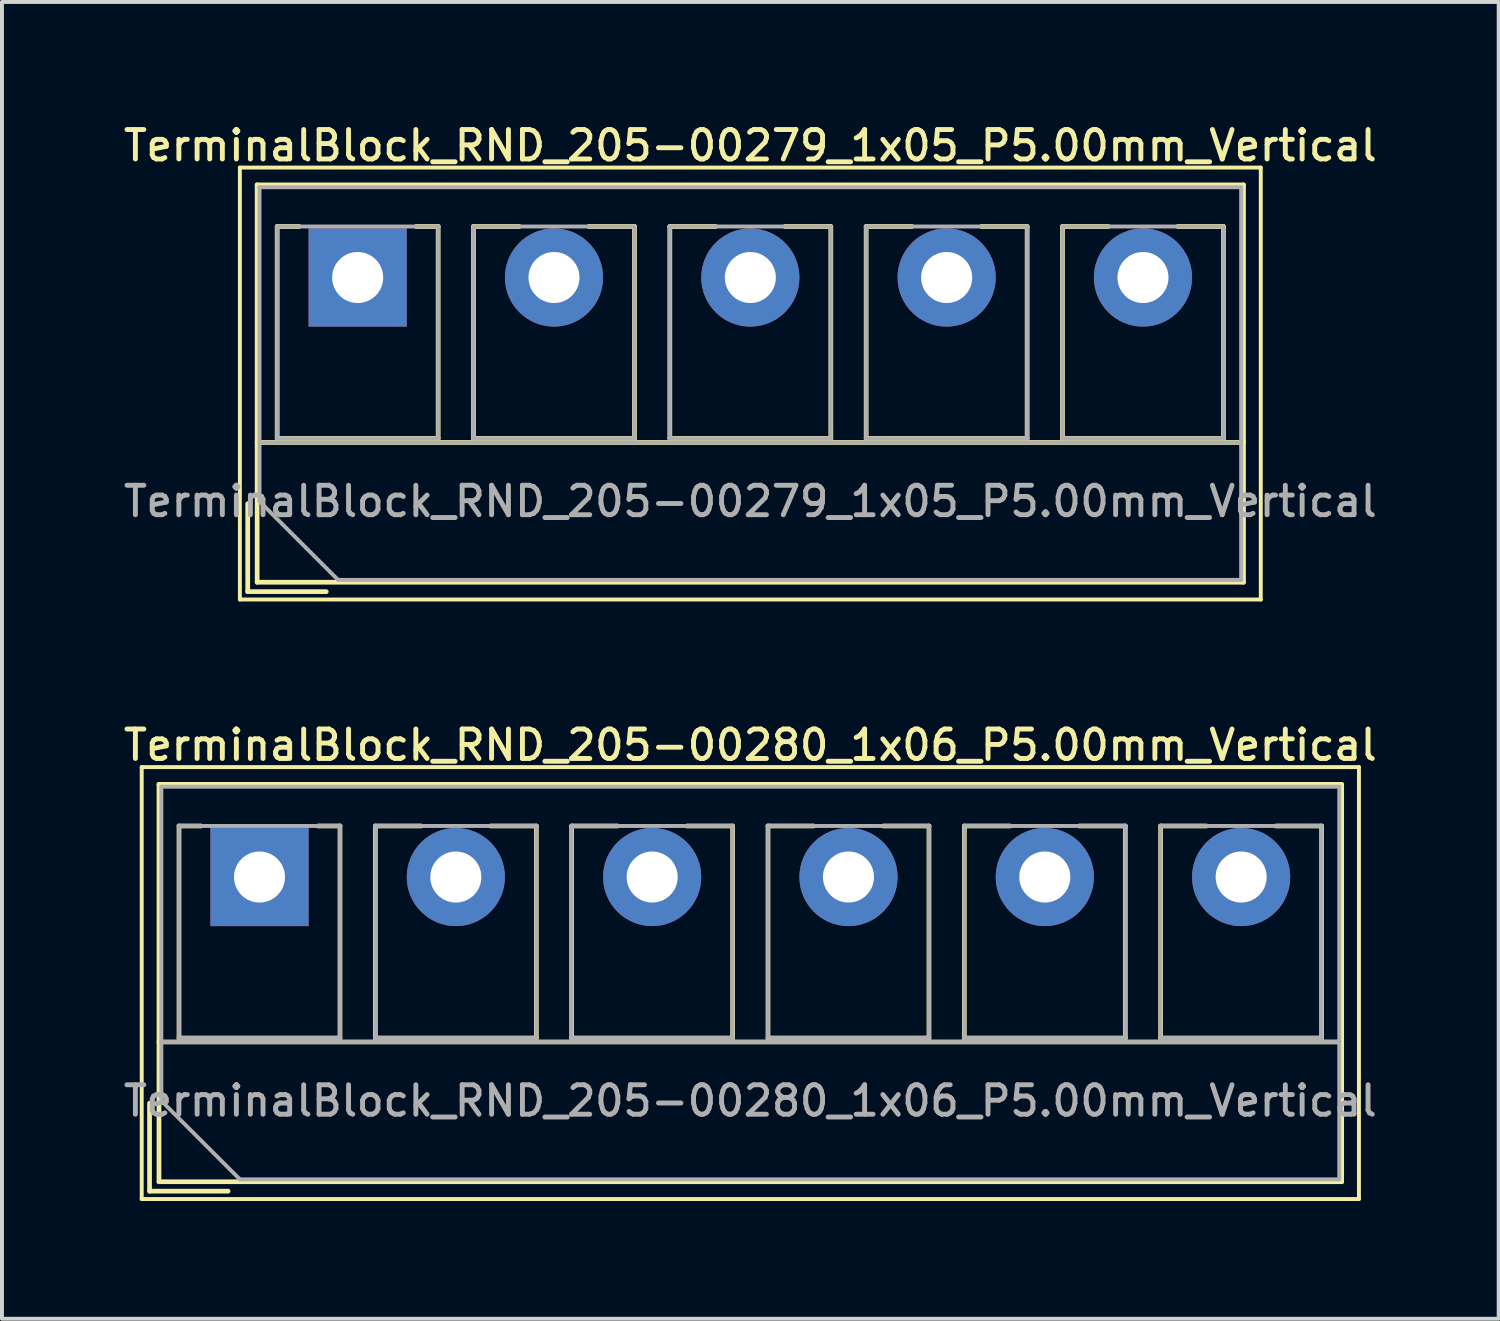
<source format=kicad_pcb>
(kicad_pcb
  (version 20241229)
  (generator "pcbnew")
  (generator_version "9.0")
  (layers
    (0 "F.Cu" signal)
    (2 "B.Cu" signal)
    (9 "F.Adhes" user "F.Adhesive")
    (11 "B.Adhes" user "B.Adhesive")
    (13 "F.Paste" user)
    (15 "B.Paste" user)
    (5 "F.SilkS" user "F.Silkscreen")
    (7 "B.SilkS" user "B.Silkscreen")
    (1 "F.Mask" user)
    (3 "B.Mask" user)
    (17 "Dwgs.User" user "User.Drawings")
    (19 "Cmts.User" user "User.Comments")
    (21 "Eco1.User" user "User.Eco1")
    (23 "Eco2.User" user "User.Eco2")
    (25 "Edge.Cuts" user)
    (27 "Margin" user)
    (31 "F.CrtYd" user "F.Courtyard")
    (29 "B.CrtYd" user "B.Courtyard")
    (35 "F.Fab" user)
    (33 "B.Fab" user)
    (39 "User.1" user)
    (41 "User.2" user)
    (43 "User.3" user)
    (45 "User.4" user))
  (footprint "TerminalBlock_RND_205-00280_1x06_P5.00mm_Vertical"
    (layer "F.Cu")
    (at 3.559 19.286)
    (property "Reference" "TerminalBlock_RND_205-00280_1x06_P5.00mm_Vertical" (at 12.5 -3.36 0) (layer "F.SilkS") (effects (font (size 0.75 0.75) (thickness 0.125))))
    (attr through_hole)
    (fp_line (start -3 -2.8) (end -3 8.2) (stroke (width 0.1) (type solid)) (layer "F.SilkS"))
    (fp_line (start -3 8.2) (end 28 8.2) (stroke (width 0.1) (type solid)) (layer "F.SilkS"))
    (fp_line (start -2.8 5.76) (end -2.8 8) (stroke (width 0.12) (type solid)) (layer "F.SilkS"))
    (fp_line (start -2.8 8) (end -0.8 8) (stroke (width 0.12) (type solid)) (layer "F.SilkS"))
    (fp_line (start -2.56 -2.36) (end -2.56 7.76) (stroke (width 0.12) (type solid)) (layer "F.SilkS"))
    (fp_line (start -2.56 -2.36) (end 27.56 -2.36) (stroke (width 0.12) (type solid)) (layer "F.SilkS"))
    (fp_line (start -2.56 4.2) (end 27.56 4.2) (stroke (width 0.12) (type solid)) (layer "F.SilkS"))
    (fp_line (start -2.56 7.76) (end 27.56 7.76) (stroke (width 0.12) (type solid)) (layer "F.SilkS"))
    (fp_line (start -2.05 -1.3) (end -2.05 4.1) (stroke (width 0.12) (type solid)) (layer "F.SilkS"))
    (fp_line (start -2.05 -1.3) (end -1.49 -1.3) (stroke (width 0.12) (type solid)) (layer "F.SilkS"))
    (fp_line (start -2.05 4.1) (end 2.05 4.1) (stroke (width 0.12) (type solid)) (layer "F.SilkS"))
    (fp_line (start 1.49 -1.3) (end 2.05 -1.3) (stroke (width 0.12) (type solid)) (layer "F.SilkS"))
    (fp_line (start 2.05 -1.3) (end 2.05 4.1) (stroke (width 0.12) (type solid)) (layer "F.SilkS"))
    (fp_line (start 2.95 -1.3) (end 2.95 4.1) (stroke (width 0.12) (type solid)) (layer "F.SilkS"))
    (fp_line (start 2.95 -1.3) (end 4.117 -1.3) (stroke (width 0.12) (type solid)) (layer "F.SilkS"))
    (fp_line (start 2.95 4.1) (end 7.05 4.1) (stroke (width 0.12) (type solid)) (layer "F.SilkS"))
    (fp_line (start 5.884 -1.3) (end 7.05 -1.3) (stroke (width 0.12) (type solid)) (layer "F.SilkS"))
    (fp_line (start 7.05 -1.3) (end 7.05 4.1) (stroke (width 0.12) (type solid)) (layer "F.SilkS"))
    (fp_line (start 7.95 -1.3) (end 7.95 4.1) (stroke (width 0.12) (type solid)) (layer "F.SilkS"))
    (fp_line (start 7.95 -1.3) (end 9.117 -1.3) (stroke (width 0.12) (type solid)) (layer "F.SilkS"))
    (fp_line (start 7.95 4.1) (end 12.05 4.1) (stroke (width 0.12) (type solid)) (layer "F.SilkS"))
    (fp_line (start 10.884 -1.3) (end 12.05 -1.3) (stroke (width 0.12) (type solid)) (layer "F.SilkS"))
    (fp_line (start 12.05 -1.3) (end 12.05 4.1) (stroke (width 0.12) (type solid)) (layer "F.SilkS"))
    (fp_line (start 12.95 -1.3) (end 12.95 4.1) (stroke (width 0.12) (type solid)) (layer "F.SilkS"))
    (fp_line (start 12.95 -1.3) (end 14.117 -1.3) (stroke (width 0.12) (type solid)) (layer "F.SilkS"))
    (fp_line (start 12.95 4.1) (end 17.05 4.1) (stroke (width 0.12) (type solid)) (layer "F.SilkS"))
    (fp_line (start 15.884 -1.3) (end 17.05 -1.3) (stroke (width 0.12) (type solid)) (layer "F.SilkS"))
    (fp_line (start 17.05 -1.3) (end 17.05 4.1) (stroke (width 0.12) (type solid)) (layer "F.SilkS"))
    (fp_line (start 17.95 -1.3) (end 17.95 4.1) (stroke (width 0.12) (type solid)) (layer "F.SilkS"))
    (fp_line (start 17.95 -1.3) (end 19.117 -1.3) (stroke (width 0.12) (type solid)) (layer "F.SilkS"))
    (fp_line (start 17.95 4.1) (end 22.05 4.1) (stroke (width 0.12) (type solid)) (layer "F.SilkS"))
    (fp_line (start 20.884 -1.3) (end 22.05 -1.3) (stroke (width 0.12) (type solid)) (layer "F.SilkS"))
    (fp_line (start 22.05 -1.3) (end 22.05 4.1) (stroke (width 0.12) (type solid)) (layer "F.SilkS"))
    (fp_line (start 22.95 -1.3) (end 22.95 4.1) (stroke (width 0.12) (type solid)) (layer "F.SilkS"))
    (fp_line (start 22.95 -1.3) (end 24.117 -1.3) (stroke (width 0.12) (type solid)) (layer "F.SilkS"))
    (fp_line (start 22.95 4.1) (end 27.05 4.1) (stroke (width 0.12) (type solid)) (layer "F.SilkS"))
    (fp_line (start 25.884 -1.3) (end 27.05 -1.3) (stroke (width 0.12) (type solid)) (layer "F.SilkS"))
    (fp_line (start 27.05 -1.3) (end 27.05 4.1) (stroke (width 0.12) (type solid)) (layer "F.SilkS"))
    (fp_line (start 27.56 -2.36) (end 27.56 7.76) (stroke (width 0.12) (type solid)) (layer "F.SilkS"))
    (fp_line (start 28 -2.8) (end -3 -2.8) (stroke (width 0.1) (type solid)) (layer "F.SilkS"))
    (fp_line (start 28 8.2) (end 28 -2.8) (stroke (width 0.1) (type solid)) (layer "F.SilkS"))
    (fp_line (start -2.5 -2.3) (end 27.5 -2.3) (stroke (width 0.1) (type solid)) (layer "F.Fab"))
    (fp_line (start -2.5 4.2) (end 27.5 4.2) (stroke (width 0.1) (type solid)) (layer "F.Fab"))
    (fp_line (start -2.5 5.7) (end -2.5 -2.3) (stroke (width 0.1) (type solid)) (layer "F.Fab"))
    (fp_line (start -2.05 -1.3) (end -2.05 4.1) (stroke (width 0.1) (type solid)) (layer "F.Fab"))
    (fp_line (start -2.05 4.1) (end 2.05 4.1) (stroke (width 0.1) (type solid)) (layer "F.Fab"))
    (fp_line (start -0.5 7.7) (end -2.5 5.7) (stroke (width 0.1) (type solid)) (layer "F.Fab"))
    (fp_line (start 2.05 -1.3) (end -2.05 -1.3) (stroke (width 0.1) (type solid)) (layer "F.Fab"))
    (fp_line (start 2.05 4.1) (end 2.05 -1.3) (stroke (width 0.1) (type solid)) (layer "F.Fab"))
    (fp_line (start 2.95 -1.3) (end 2.95 4.1) (stroke (width 0.1) (type solid)) (layer "F.Fab"))
    (fp_line (start 2.95 4.1) (end 7.05 4.1) (stroke (width 0.1) (type solid)) (layer "F.Fab"))
    (fp_line (start 7.05 -1.3) (end 2.95 -1.3) (stroke (width 0.1) (type solid)) (layer "F.Fab"))
    (fp_line (start 7.05 4.1) (end 7.05 -1.3) (stroke (width 0.1) (type solid)) (layer "F.Fab"))
    (fp_line (start 7.95 -1.3) (end 7.95 4.1) (stroke (width 0.1) (type solid)) (layer "F.Fab"))
    (fp_line (start 7.95 4.1) (end 12.05 4.1) (stroke (width 0.1) (type solid)) (layer "F.Fab"))
    (fp_line (start 12.05 -1.3) (end 7.95 -1.3) (stroke (width 0.1) (type solid)) (layer "F.Fab"))
    (fp_line (start 12.05 4.1) (end 12.05 -1.3) (stroke (width 0.1) (type solid)) (layer "F.Fab"))
    (fp_line (start 12.95 -1.3) (end 12.95 4.1) (stroke (width 0.1) (type solid)) (layer "F.Fab"))
    (fp_line (start 12.95 4.1) (end 17.05 4.1) (stroke (width 0.1) (type solid)) (layer "F.Fab"))
    (fp_line (start 17.05 -1.3) (end 12.95 -1.3) (stroke (width 0.1) (type solid)) (layer "F.Fab"))
    (fp_line (start 17.05 4.1) (end 17.05 -1.3) (stroke (width 0.1) (type solid)) (layer "F.Fab"))
    (fp_line (start 17.95 -1.3) (end 17.95 4.1) (stroke (width 0.1) (type solid)) (layer "F.Fab"))
    (fp_line (start 17.95 4.1) (end 22.05 4.1) (stroke (width 0.1) (type solid)) (layer "F.Fab"))
    (fp_line (start 22.05 -1.3) (end 17.95 -1.3) (stroke (width 0.1) (type solid)) (layer "F.Fab"))
    (fp_line (start 22.05 4.1) (end 22.05 -1.3) (stroke (width 0.1) (type solid)) (layer "F.Fab"))
    (fp_line (start 22.95 -1.3) (end 22.95 4.1) (stroke (width 0.1) (type solid)) (layer "F.Fab"))
    (fp_line (start 22.95 4.1) (end 27.05 4.1) (stroke (width 0.1) (type solid)) (layer "F.Fab"))
    (fp_line (start 27.05 -1.3) (end 22.95 -1.3) (stroke (width 0.1) (type solid)) (layer "F.Fab"))
    (fp_line (start 27.05 4.1) (end 27.05 -1.3) (stroke (width 0.1) (type solid)) (layer "F.Fab"))
    (fp_line (start 27.5 -2.3) (end 27.5 7.7) (stroke (width 0.1) (type solid)) (layer "F.Fab"))
    (fp_line (start 27.5 7.7) (end -0.5 7.7) (stroke (width 0.1) (type solid)) (layer "F.Fab"))
    (fp_text user "${REFERENCE}" (at 12.5 5.7 0) (layer "F.Fab") (effects (font (size 0.75 0.75) (thickness 0.125))))
    (pad "1" thru_hole rect (at 0 0) (size 2.5 2.5) (drill 1.3) (layers "*.Cu" "*.Mask"))
    (pad "2" thru_hole circle (at 5 0) (size 2.5 2.5) (drill 1.3) (layers "*.Cu" "*.Mask"))
    (pad "3" thru_hole circle (at 10 0) (size 2.5 2.5) (drill 1.3) (layers "*.Cu" "*.Mask"))
    (pad "4" thru_hole circle (at 15 0) (size 2.5 2.5) (drill 1.3) (layers "*.Cu" "*.Mask"))
    (pad "5" thru_hole circle (at 20 0) (size 2.5 2.5) (drill 1.3) (layers "*.Cu" "*.Mask"))
    (pad "6" thru_hole circle (at 25 0) (size 2.5 2.5) (drill 1.3) (layers "*.Cu" "*.Mask")))
  (footprint "TerminalBlock_RND_205-00279_1x05_P5.00mm_Vertical"
    (layer "F.Cu")
    (at 6.059 4.018)
    (property "Reference" "TerminalBlock_RND_205-00279_1x05_P5.00mm_Vertical" (at 10 -3.36 0) (layer "F.SilkS") (effects (font (size 0.75 0.75) (thickness 0.125))))
    (attr through_hole)
    (fp_line (start -3 -2.8) (end -3 8.2) (stroke (width 0.1) (type solid)) (layer "F.SilkS"))
    (fp_line (start -3 8.2) (end 23 8.2) (stroke (width 0.1) (type solid)) (layer "F.SilkS"))
    (fp_line (start -2.8 5.76) (end -2.8 8) (stroke (width 0.12) (type solid)) (layer "F.SilkS"))
    (fp_line (start -2.8 8) (end -0.8 8) (stroke (width 0.12) (type solid)) (layer "F.SilkS"))
    (fp_line (start -2.56 -2.36) (end -2.56 7.76) (stroke (width 0.12) (type solid)) (layer "F.SilkS"))
    (fp_line (start -2.56 -2.36) (end 22.56 -2.36) (stroke (width 0.12) (type solid)) (layer "F.SilkS"))
    (fp_line (start -2.56 4.2) (end 22.56 4.2) (stroke (width 0.12) (type solid)) (layer "F.SilkS"))
    (fp_line (start -2.56 7.76) (end 22.56 7.76) (stroke (width 0.12) (type solid)) (layer "F.SilkS"))
    (fp_line (start -2.05 -1.3) (end -2.05 4.1) (stroke (width 0.12) (type solid)) (layer "F.SilkS"))
    (fp_line (start -2.05 -1.3) (end -1.49 -1.3) (stroke (width 0.12) (type solid)) (layer "F.SilkS"))
    (fp_line (start -2.05 4.1) (end 2.05 4.1) (stroke (width 0.12) (type solid)) (layer "F.SilkS"))
    (fp_line (start 1.49 -1.3) (end 2.05 -1.3) (stroke (width 0.12) (type solid)) (layer "F.SilkS"))
    (fp_line (start 2.05 -1.3) (end 2.05 4.1) (stroke (width 0.12) (type solid)) (layer "F.SilkS"))
    (fp_line (start 2.95 -1.3) (end 2.95 4.1) (stroke (width 0.12) (type solid)) (layer "F.SilkS"))
    (fp_line (start 2.95 -1.3) (end 4.117 -1.3) (stroke (width 0.12) (type solid)) (layer "F.SilkS"))
    (fp_line (start 2.95 4.1) (end 7.05 4.1) (stroke (width 0.12) (type solid)) (layer "F.SilkS"))
    (fp_line (start 5.884 -1.3) (end 7.05 -1.3) (stroke (width 0.12) (type solid)) (layer "F.SilkS"))
    (fp_line (start 7.05 -1.3) (end 7.05 4.1) (stroke (width 0.12) (type solid)) (layer "F.SilkS"))
    (fp_line (start 7.95 -1.3) (end 7.95 4.1) (stroke (width 0.12) (type solid)) (layer "F.SilkS"))
    (fp_line (start 7.95 -1.3) (end 9.117 -1.3) (stroke (width 0.12) (type solid)) (layer "F.SilkS"))
    (fp_line (start 7.95 4.1) (end 12.05 4.1) (stroke (width 0.12) (type solid)) (layer "F.SilkS"))
    (fp_line (start 10.884 -1.3) (end 12.05 -1.3) (stroke (width 0.12) (type solid)) (layer "F.SilkS"))
    (fp_line (start 12.05 -1.3) (end 12.05 4.1) (stroke (width 0.12) (type solid)) (layer "F.SilkS"))
    (fp_line (start 12.95 -1.3) (end 12.95 4.1) (stroke (width 0.12) (type solid)) (layer "F.SilkS"))
    (fp_line (start 12.95 -1.3) (end 14.117 -1.3) (stroke (width 0.12) (type solid)) (layer "F.SilkS"))
    (fp_line (start 12.95 4.1) (end 17.05 4.1) (stroke (width 0.12) (type solid)) (layer "F.SilkS"))
    (fp_line (start 15.884 -1.3) (end 17.05 -1.3) (stroke (width 0.12) (type solid)) (layer "F.SilkS"))
    (fp_line (start 17.05 -1.3) (end 17.05 4.1) (stroke (width 0.12) (type solid)) (layer "F.SilkS"))
    (fp_line (start 17.95 -1.3) (end 17.95 4.1) (stroke (width 0.12) (type solid)) (layer "F.SilkS"))
    (fp_line (start 17.95 -1.3) (end 19.117 -1.3) (stroke (width 0.12) (type solid)) (layer "F.SilkS"))
    (fp_line (start 17.95 4.1) (end 22.05 4.1) (stroke (width 0.12) (type solid)) (layer "F.SilkS"))
    (fp_line (start 20.884 -1.3) (end 22.05 -1.3) (stroke (width 0.12) (type solid)) (layer "F.SilkS"))
    (fp_line (start 22.05 -1.3) (end 22.05 4.1) (stroke (width 0.12) (type solid)) (layer "F.SilkS"))
    (fp_line (start 22.56 -2.36) (end 22.56 7.76) (stroke (width 0.12) (type solid)) (layer "F.SilkS"))
    (fp_line (start 23 -2.8) (end -3 -2.8) (stroke (width 0.1) (type solid)) (layer "F.SilkS"))
    (fp_line (start 23 8.2) (end 23 -2.8) (stroke (width 0.1) (type solid)) (layer "F.SilkS"))
    (fp_line (start -2.5 -2.3) (end 22.5 -2.3) (stroke (width 0.1) (type solid)) (layer "F.Fab"))
    (fp_line (start -2.5 4.2) (end 22.5 4.2) (stroke (width 0.1) (type solid)) (layer "F.Fab"))
    (fp_line (start -2.5 5.7) (end -2.5 -2.3) (stroke (width 0.1) (type solid)) (layer "F.Fab"))
    (fp_line (start -2.05 -1.3) (end -2.05 4.1) (stroke (width 0.1) (type solid)) (layer "F.Fab"))
    (fp_line (start -2.05 4.1) (end 2.05 4.1) (stroke (width 0.1) (type solid)) (layer "F.Fab"))
    (fp_line (start -0.5 7.7) (end -2.5 5.7) (stroke (width 0.1) (type solid)) (layer "F.Fab"))
    (fp_line (start 2.05 -1.3) (end -2.05 -1.3) (stroke (width 0.1) (type solid)) (layer "F.Fab"))
    (fp_line (start 2.05 4.1) (end 2.05 -1.3) (stroke (width 0.1) (type solid)) (layer "F.Fab"))
    (fp_line (start 2.95 -1.3) (end 2.95 4.1) (stroke (width 0.1) (type solid)) (layer "F.Fab"))
    (fp_line (start 2.95 4.1) (end 7.05 4.1) (stroke (width 0.1) (type solid)) (layer "F.Fab"))
    (fp_line (start 7.05 -1.3) (end 2.95 -1.3) (stroke (width 0.1) (type solid)) (layer "F.Fab"))
    (fp_line (start 7.05 4.1) (end 7.05 -1.3) (stroke (width 0.1) (type solid)) (layer "F.Fab"))
    (fp_line (start 7.95 -1.3) (end 7.95 4.1) (stroke (width 0.1) (type solid)) (layer "F.Fab"))
    (fp_line (start 7.95 4.1) (end 12.05 4.1) (stroke (width 0.1) (type solid)) (layer "F.Fab"))
    (fp_line (start 12.05 -1.3) (end 7.95 -1.3) (stroke (width 0.1) (type solid)) (layer "F.Fab"))
    (fp_line (start 12.05 4.1) (end 12.05 -1.3) (stroke (width 0.1) (type solid)) (layer "F.Fab"))
    (fp_line (start 12.95 -1.3) (end 12.95 4.1) (stroke (width 0.1) (type solid)) (layer "F.Fab"))
    (fp_line (start 12.95 4.1) (end 17.05 4.1) (stroke (width 0.1) (type solid)) (layer "F.Fab"))
    (fp_line (start 17.05 -1.3) (end 12.95 -1.3) (stroke (width 0.1) (type solid)) (layer "F.Fab"))
    (fp_line (start 17.05 4.1) (end 17.05 -1.3) (stroke (width 0.1) (type solid)) (layer "F.Fab"))
    (fp_line (start 17.95 -1.3) (end 17.95 4.1) (stroke (width 0.1) (type solid)) (layer "F.Fab"))
    (fp_line (start 17.95 4.1) (end 22.05 4.1) (stroke (width 0.1) (type solid)) (layer "F.Fab"))
    (fp_line (start 22.05 -1.3) (end 17.95 -1.3) (stroke (width 0.1) (type solid)) (layer "F.Fab"))
    (fp_line (start 22.05 4.1) (end 22.05 -1.3) (stroke (width 0.1) (type solid)) (layer "F.Fab"))
    (fp_line (start 22.5 -2.3) (end 22.5 7.7) (stroke (width 0.1) (type solid)) (layer "F.Fab"))
    (fp_line (start 22.5 7.7) (end -0.5 7.7) (stroke (width 0.1) (type solid)) (layer "F.Fab"))
    (fp_text user "${REFERENCE}" (at 10 5.7 0) (layer "F.Fab") (effects (font (size 0.75 0.75) (thickness 0.125))))
    (pad "1" thru_hole rect (at 0 0) (size 2.5 2.5) (drill 1.3) (layers "*.Cu" "*.Mask"))
    (pad "2" thru_hole circle (at 5 0) (size 2.5 2.5) (drill 1.3) (layers "*.Cu" "*.Mask"))
    (pad "3" thru_hole circle (at 10 0) (size 2.5 2.5) (drill 1.3) (layers "*.Cu" "*.Mask"))
    (pad "4" thru_hole circle (at 15 0) (size 2.5 2.5) (drill 1.3) (layers "*.Cu" "*.Mask"))
    (pad "5" thru_hole circle (at 20 0) (size 2.5 2.5) (drill 1.3) (layers "*.Cu" "*.Mask")))
  (gr_rect
    (start -3 -3)
    (end 35.118 30.536)
    (stroke (width 0.1) (type default))
    (fill no)
    (layer "Edge.Cuts")))
</source>
